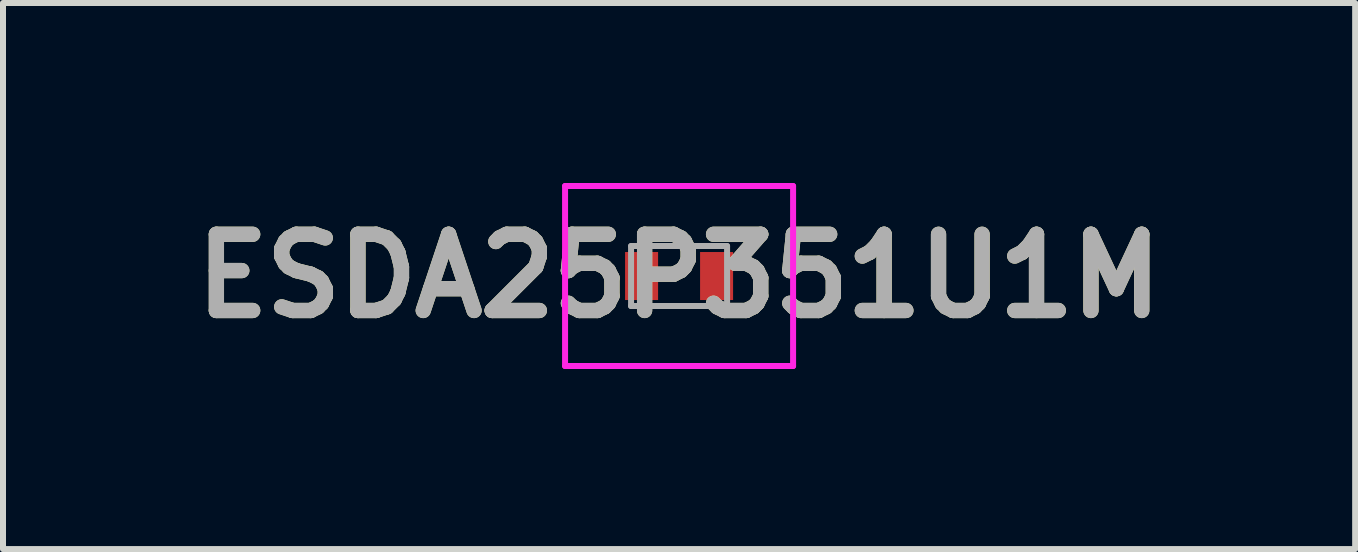
<source format=kicad_pcb>
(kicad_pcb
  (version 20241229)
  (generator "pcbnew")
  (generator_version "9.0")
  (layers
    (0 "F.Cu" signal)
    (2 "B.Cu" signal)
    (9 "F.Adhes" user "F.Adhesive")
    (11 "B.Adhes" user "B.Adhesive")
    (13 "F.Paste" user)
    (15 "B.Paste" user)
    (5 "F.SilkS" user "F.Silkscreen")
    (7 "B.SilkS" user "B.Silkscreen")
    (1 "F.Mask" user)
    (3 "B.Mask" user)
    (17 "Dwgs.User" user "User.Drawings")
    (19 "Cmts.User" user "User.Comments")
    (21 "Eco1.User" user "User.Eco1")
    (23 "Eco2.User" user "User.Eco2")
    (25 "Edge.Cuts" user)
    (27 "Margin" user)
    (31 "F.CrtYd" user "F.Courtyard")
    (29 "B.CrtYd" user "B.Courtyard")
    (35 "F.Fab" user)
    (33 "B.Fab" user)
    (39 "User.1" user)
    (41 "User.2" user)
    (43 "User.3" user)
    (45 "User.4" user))
  (footprint "ESDA25P351U1M"
    (layer "F.Cu")
    (at 8.267 1.55)
    (property "Reference" "ESDA25P351U1M" (at 0 0 0) (layer "F.SilkS") (effects (font (size 1.27 1.27) (thickness 0.254))))
    (attr smd)
    (fp_line (start 1.3 0) (end 1.3 0) (stroke (width 0.1) (type solid)) (layer "F.SilkS"))
    (fp_line (start 1.4 0) (end 1.4 0) (stroke (width 0.1) (type solid)) (layer "F.SilkS"))
    (fp_arc (start 1.3 0) (mid 1.35 -0.05) (end 1.4 0) (stroke (width 0.1) (type solid)) (layer "F.SilkS"))
    (fp_arc (start 1.4 0) (mid 1.35 0.05) (end 1.3 0) (stroke (width 0.1) (type solid)) (layer "F.SilkS"))
    (fp_line (start -1.9 -1.5) (end -1.9 1.5) (stroke (width 0.1) (type solid)) (layer "F.CrtYd"))
    (fp_line (start -1.9 1.5) (end 1.9 1.5) (stroke (width 0.1) (type solid)) (layer "F.CrtYd"))
    (fp_line (start 1.9 -1.5) (end -1.9 -1.5) (stroke (width 0.1) (type solid)) (layer "F.CrtYd"))
    (fp_line (start 1.9 1.5) (end 1.9 -1.5) (stroke (width 0.1) (type solid)) (layer "F.CrtYd"))
    (fp_line (start -0.8 -0.5) (end 0.8 -0.5) (stroke (width 0.1) (type solid)) (layer "F.Fab"))
    (fp_line (start -0.8 0.5) (end -0.8 -0.5) (stroke (width 0.1) (type solid)) (layer "F.Fab"))
    (fp_line (start 0.8 -0.5) (end 0.8 0.5) (stroke (width 0.1) (type solid)) (layer "F.Fab"))
    (fp_line (start 0.8 0.5) (end -0.8 0.5) (stroke (width 0.1) (type solid)) (layer "F.Fab"))
    (fp_text user "${REFERENCE}" (at 0 0 0) (layer "F.Fab") (effects (font (size 1.27 1.27) (thickness 0.254))))
    (pad "1" smd rect (at 0.625 0) (size 0.55 0.8) (layers "F.Cu" "F.Mask" "F.Paste"))
    (pad "2" smd rect (at -0.625 0) (size 0.55 0.8) (layers "F.Cu" "F.Mask" "F.Paste")))
  (gr_rect
    (start -3 -3)
    (end 19.534 6.1)
    (stroke (width 0.1) (type default))
    (fill no)
    (layer "Edge.Cuts")))
</source>
